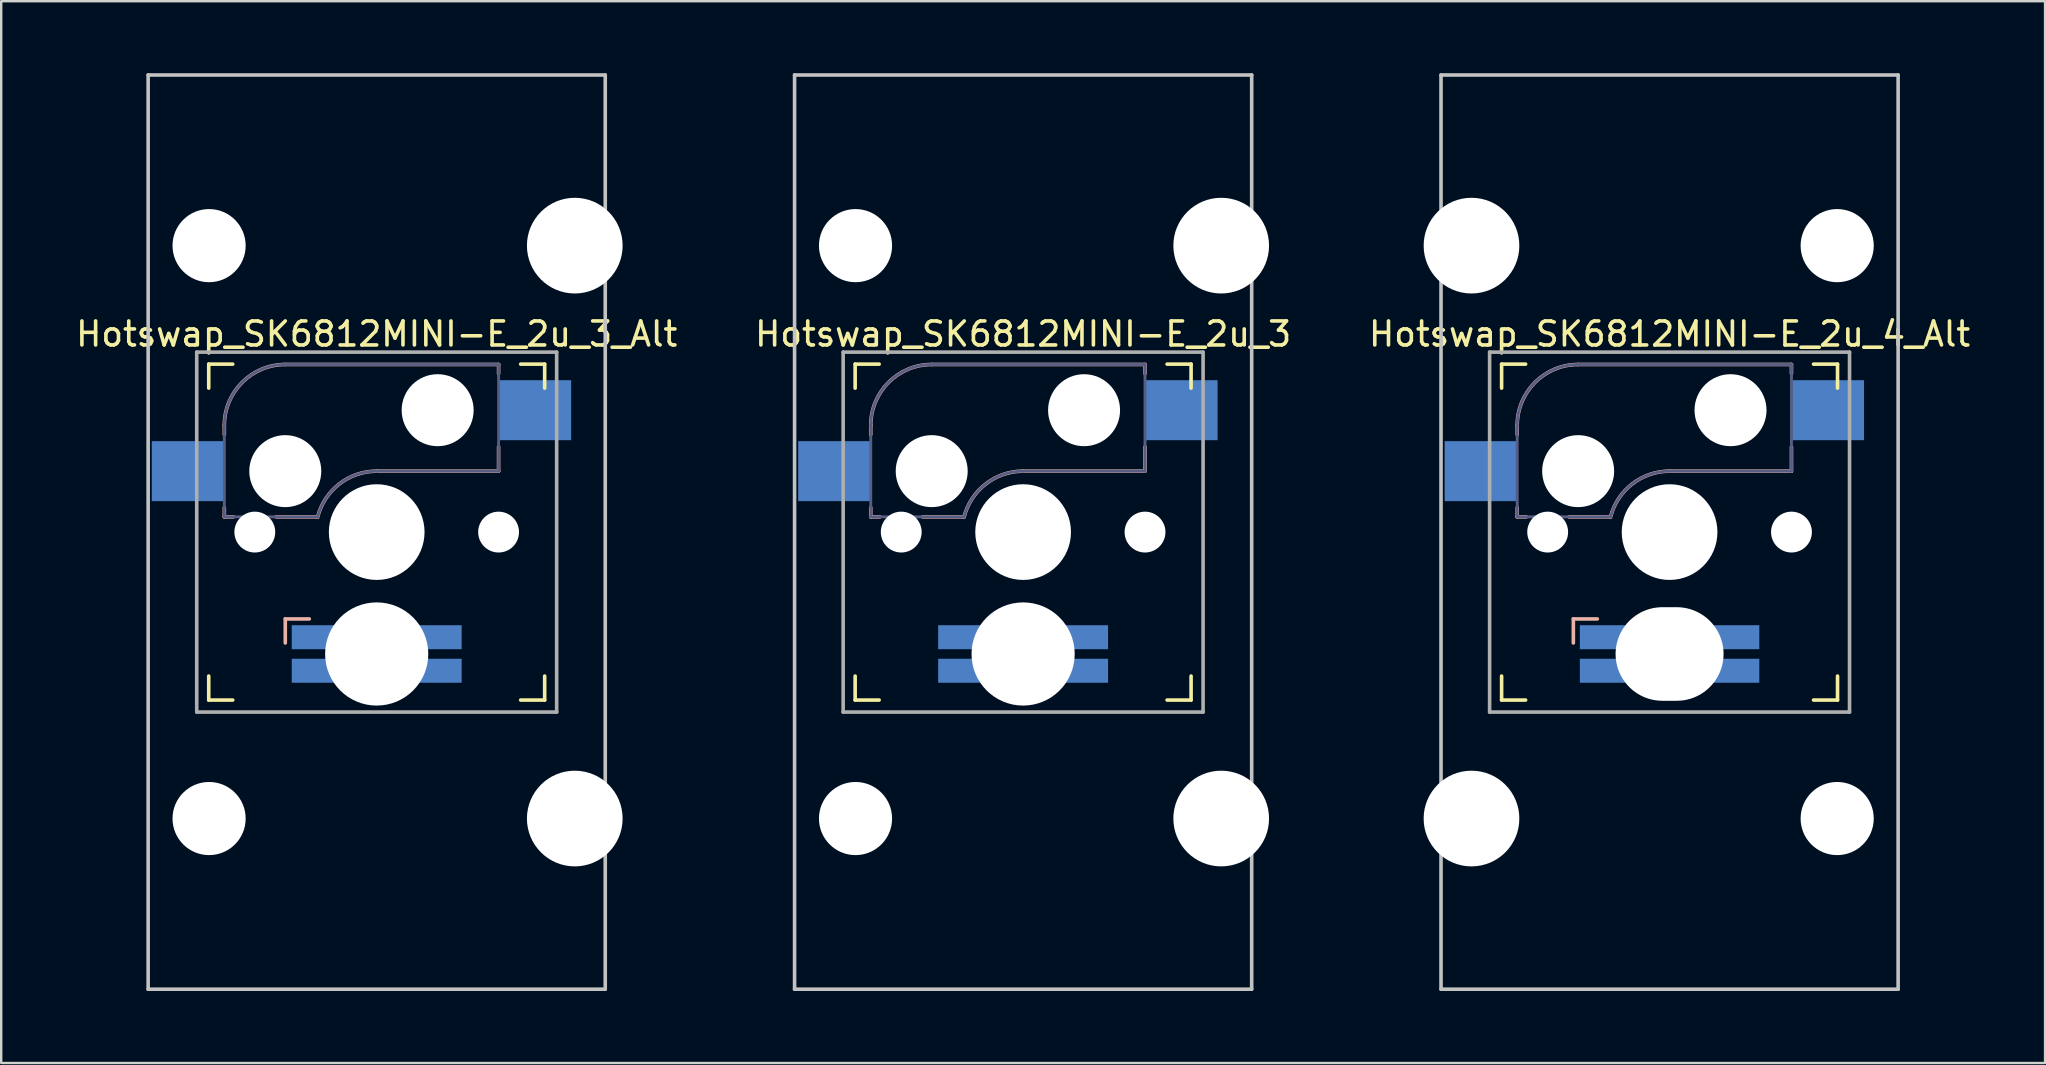
<source format=kicad_pcb>
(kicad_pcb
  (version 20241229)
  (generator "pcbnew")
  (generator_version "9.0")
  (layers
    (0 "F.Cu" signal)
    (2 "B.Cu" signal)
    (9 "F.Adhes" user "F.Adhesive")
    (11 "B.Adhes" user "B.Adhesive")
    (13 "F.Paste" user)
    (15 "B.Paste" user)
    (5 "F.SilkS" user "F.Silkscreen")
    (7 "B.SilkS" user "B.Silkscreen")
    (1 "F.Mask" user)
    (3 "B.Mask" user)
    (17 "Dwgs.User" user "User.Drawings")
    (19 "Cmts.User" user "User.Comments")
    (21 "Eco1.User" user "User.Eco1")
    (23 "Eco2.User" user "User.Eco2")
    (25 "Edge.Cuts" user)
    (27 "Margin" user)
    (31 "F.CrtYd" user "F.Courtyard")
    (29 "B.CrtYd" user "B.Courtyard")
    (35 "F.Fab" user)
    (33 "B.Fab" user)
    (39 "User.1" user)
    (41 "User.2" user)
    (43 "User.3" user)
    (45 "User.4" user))
  (footprint "Hotswap_SK6812MINI-E_2u_3_Alt"
    (layer "F.Cu")
    (at 12.649 19.125)
    (property "Reference" "Hotswap_SK6812MINI-E_2u_3_Alt" (at 0 -8.255 0) (layer "F.SilkS") (effects (font (size 1 1) (thickness 0.15))))
    (attr through_hole)
    (fp_line (start -7 -6) (end -7 -7) (stroke (width 0.15) (type solid)) (layer "F.SilkS"))
    (fp_line (start -7 7) (end -7 6) (stroke (width 0.15) (type solid)) (layer "F.SilkS"))
    (fp_line (start -7 7) (end -6 7) (stroke (width 0.15) (type solid)) (layer "F.SilkS"))
    (fp_line (start -6 -7) (end -7 -7) (stroke (width 0.15) (type solid)) (layer "F.SilkS"))
    (fp_line (start 6 7) (end 7 7) (stroke (width 0.15) (type solid)) (layer "F.SilkS"))
    (fp_line (start 7 -7) (end 6 -7) (stroke (width 0.15) (type solid)) (layer "F.SilkS"))
    (fp_line (start 7 -7) (end 7 -6) (stroke (width 0.15) (type solid)) (layer "F.SilkS"))
    (fp_line (start 7 6) (end 7 7) (stroke (width 0.15) (type solid)) (layer "F.SilkS"))
    (fp_line (start -6.35 -4.445) (end -6.35 -4.064) (stroke (width 0.15) (type solid)) (layer "B.SilkS"))
    (fp_line (start -6.35 -1.016) (end -6.35 -0.635) (stroke (width 0.15) (type solid)) (layer "B.SilkS"))
    (fp_line (start -6.35 -0.635) (end -5.969 -0.635) (stroke (width 0.15) (type solid)) (layer "B.SilkS"))
    (fp_line (start -4.191 -0.635) (end -2.54 -0.635) (stroke (width 0.15) (type solid)) (layer "B.SilkS"))
    (fp_line (start -3.81 4.62) (end -3.81 3.619) (stroke (width 0.15) (type solid)) (layer "B.SilkS"))
    (fp_line (start -2.81 3.619) (end -3.81 3.619) (stroke (width 0.15) (type solid)) (layer "B.SilkS"))
    (fp_line (start 0 -2.54) (end 5.08 -2.54) (stroke (width 0.15) (type solid)) (layer "B.SilkS"))
    (fp_line (start 5.08 -6.985) (end -3.81 -6.985) (stroke (width 0.15) (type solid)) (layer "B.SilkS"))
    (fp_line (start 5.08 -6.604) (end 5.08 -6.985) (stroke (width 0.15) (type solid)) (layer "B.SilkS"))
    (fp_line (start 5.08 -2.54) (end 5.08 -3.556) (stroke (width 0.15) (type solid)) (layer "B.SilkS"))
    (fp_arc (start -6.35 -4.445) (mid -5.606051 -6.241051) (end -3.81 -6.985) (stroke (width 0.15) (type solid)) (layer "B.SilkS"))
    (fp_arc (start -2.464162 -0.61604) (mid -1.563147 -2.002042) (end 0 -2.54) (stroke (width 0.15) (type solid)) (layer "B.SilkS"))
    (fp_line (start -9.525 -19.05) (end 9.525 -19.05) (stroke (width 0.15) (type solid)) (layer "Dwgs.User"))
    (fp_line (start -9.525 19.05) (end -9.525 -19.05) (stroke (width 0.15) (type solid)) (layer "Dwgs.User"))
    (fp_line (start 9.525 19.05) (end -9.525 19.05) (stroke (width 0.15) (type solid)) (layer "Dwgs.User"))
    (fp_line (start 9.525 19.05) (end 9.525 -19.05) (stroke (width 0.15) (type solid)) (layer "Dwgs.User"))
    (fp_line (start -6.9 6.9) (end -6.9 -6.9) (stroke (width 0.15) (type solid)) (layer "Eco2.User"))
    (fp_line (start -6.9 6.9) (end 6.9 6.9) (stroke (width 0.15) (type solid)) (layer "Eco2.User"))
    (fp_line (start -5.334 -13.589) (end -5.334 -10.287) (stroke (width 0.152) (type solid)) (layer "Eco2.User"))
    (fp_line (start -5.334 -10.287) (end 6.096 -10.287) (stroke (width 0.152) (type solid)) (layer "Eco2.User"))
    (fp_line (start -5.334 10.287) (end -5.334 13.589) (stroke (width 0.152) (type solid)) (layer "Eco2.User"))
    (fp_line (start -5.334 13.589) (end 6.096 13.589) (stroke (width 0.152) (type solid)) (layer "Eco2.User"))
    (fp_line (start 6.096 -13.589) (end -5.334 -13.589) (stroke (width 0.152) (type solid)) (layer "Eco2.User"))
    (fp_line (start 6.096 -10.287) (end 6.096 -13.589) (stroke (width 0.152) (type solid)) (layer "Eco2.User"))
    (fp_line (start 6.096 10.287) (end -5.334 10.287) (stroke (width 0.152) (type solid)) (layer "Eco2.User"))
    (fp_line (start 6.096 13.589) (end 6.096 10.287) (stroke (width 0.152) (type solid)) (layer "Eco2.User"))
    (fp_line (start 6.9 -6.9) (end -6.9 -6.9) (stroke (width 0.15) (type solid)) (layer "Eco2.User"))
    (fp_line (start 6.9 -6.9) (end 6.9 6.9) (stroke (width 0.15) (type solid)) (layer "Eco2.User"))
    (fp_line (start -6.35 -4.445) (end -6.35 -0.635) (stroke (width 0.12) (type solid)) (layer "B.Fab"))
    (fp_line (start -6.35 -0.635) (end -2.54 -0.635) (stroke (width 0.12) (type solid)) (layer "B.Fab"))
    (fp_line (start 0 -2.54) (end 5.08 -2.54) (stroke (width 0.12) (type solid)) (layer "B.Fab"))
    (fp_line (start 5.08 -6.985) (end -3.81 -6.985) (stroke (width 0.12) (type solid)) (layer "B.Fab"))
    (fp_line (start 5.08 -2.54) (end 5.08 -6.985) (stroke (width 0.12) (type solid)) (layer "B.Fab"))
    (fp_arc (start -6.35 -4.445) (mid -5.606051 -6.241051) (end -3.81 -6.985) (stroke (width 0.12) (type solid)) (layer "B.Fab"))
    (fp_arc (start -2.464162 -0.61604) (mid -1.563147 -2.002042) (end 0 -2.54) (stroke (width 0.12) (type solid)) (layer "B.Fab"))
    (fp_line (start -7.5 -7.5) (end 7.5 -7.5) (stroke (width 0.15) (type solid)) (layer "F.Fab"))
    (fp_line (start -7.5 7.5) (end -7.5 -7.5) (stroke (width 0.15) (type solid)) (layer "F.Fab"))
    (fp_line (start 7.5 -7.5) (end 7.5 7.5) (stroke (width 0.15) (type solid)) (layer "F.Fab"))
    (fp_line (start 7.5 7.5) (end -7.5 7.5) (stroke (width 0.15) (type solid)) (layer "F.Fab"))
    (pad "" np_thru_hole circle (at -6.985 -11.938 90) (size 3.048 3.048) (drill 3.048) (layers "*.Cu" "*.Mask"))
    (pad "" np_thru_hole circle (at -6.985 11.938 90) (size 3.048 3.048) (drill 3.048) (layers "*.Cu" "*.Mask"))
    (pad "" np_thru_hole circle (at -5.08 0 180) (size 1.702 1.702) (drill 1.702) (layers "*.Cu" "*.Mask"))
    (pad "" np_thru_hole circle (at -3.81 -2.54 180) (size 3 3) (drill 3) (layers "*.Cu" "*.Mask"))
    (pad "" np_thru_hole circle (at 0 0 180) (size 3.988 3.988) (drill 3.988) (layers "*.Cu" "*.Mask"))
    (pad "" np_thru_hole circle (at 0 5.08 180) (size 4.3 4.3) (drill 4.3) (layers "*.Cu" "*.Mask"))
    (pad "" np_thru_hole circle (at 2.54 -5.08 180) (size 3 3) (drill 3) (layers "*.Cu" "*.Mask"))
    (pad "" np_thru_hole circle (at 5.08 0 180) (size 1.702 1.702) (drill 1.702) (layers "*.Cu" "*.Mask"))
    (pad "" np_thru_hole circle (at 8.255 -11.938 90) (size 3.988 3.988) (drill 3.988) (layers "*.Cu" "*.Mask"))
    (pad "" np_thru_hole circle (at 8.255 11.938 90) (size 3.988 3.988) (drill 3.988) (layers "*.Cu" "*.Mask"))
    (pad "1" smd rect (at -7.874 -2.54 180) (size 3 2.5) (layers "B.Cu" "B.Mask"))
    (pad "2" smd rect (at 6.604 -5.08 180) (size 3 2.5) (layers "B.Cu" "B.Mask"))
    (pad "DIN" smd rect (at -2.54 5.779 270) (size 1 2) (layers "B.Cu" "B.Mask"))
    (pad "DOUT" smd rect (at 2.54 4.381 270) (size 1 2) (layers "B.Cu" "B.Mask"))
    (pad "GND" smd rect (at -2.54 4.381 270) (size 1 2) (layers "B.Cu" "B.Mask"))
    (pad "VDD" smd rect (at 2.54 5.779 270) (size 1 2) (layers "B.Cu" "B.Mask")))
  (footprint "Hotswap_SK6812MINI-E_2u_4_Alt"
    (layer "F.Cu")
    (at 66.53 19.125)
    (property "Reference" "Hotswap_SK6812MINI-E_2u_4_Alt" (at 0 -8.255 0) (layer "F.SilkS") (effects (font (size 1 1) (thickness 0.15))))
    (attr through_hole)
    (fp_line (start -7 -6) (end -7 -7) (stroke (width 0.15) (type solid)) (layer "F.SilkS"))
    (fp_line (start -7 7) (end -7 6) (stroke (width 0.15) (type solid)) (layer "F.SilkS"))
    (fp_line (start -7 7) (end -6 7) (stroke (width 0.15) (type solid)) (layer "F.SilkS"))
    (fp_line (start -6 -7) (end -7 -7) (stroke (width 0.15) (type solid)) (layer "F.SilkS"))
    (fp_line (start 6 7) (end 7 7) (stroke (width 0.15) (type solid)) (layer "F.SilkS"))
    (fp_line (start 7 -7) (end 6 -7) (stroke (width 0.15) (type solid)) (layer "F.SilkS"))
    (fp_line (start 7 -7) (end 7 -6) (stroke (width 0.15) (type solid)) (layer "F.SilkS"))
    (fp_line (start 7 6) (end 7 7) (stroke (width 0.15) (type solid)) (layer "F.SilkS"))
    (fp_line (start -6.35 -4.445) (end -6.35 -4.064) (stroke (width 0.15) (type solid)) (layer "B.SilkS"))
    (fp_line (start -6.35 -1.016) (end -6.35 -0.635) (stroke (width 0.15) (type solid)) (layer "B.SilkS"))
    (fp_line (start -6.35 -0.635) (end -5.969 -0.635) (stroke (width 0.15) (type solid)) (layer "B.SilkS"))
    (fp_line (start -4.191 -0.635) (end -2.54 -0.635) (stroke (width 0.15) (type solid)) (layer "B.SilkS"))
    (fp_line (start -4.01 4.62) (end -4.01 3.619) (stroke (width 0.15) (type solid)) (layer "B.SilkS"))
    (fp_line (start -3.01 3.619) (end -4.01 3.619) (stroke (width 0.15) (type solid)) (layer "B.SilkS"))
    (fp_line (start 0 -2.54) (end 5.08 -2.54) (stroke (width 0.15) (type solid)) (layer "B.SilkS"))
    (fp_line (start 5.08 -6.985) (end -3.81 -6.985) (stroke (width 0.15) (type solid)) (layer "B.SilkS"))
    (fp_line (start 5.08 -6.604) (end 5.08 -6.985) (stroke (width 0.15) (type solid)) (layer "B.SilkS"))
    (fp_line (start 5.08 -2.54) (end 5.08 -3.556) (stroke (width 0.15) (type solid)) (layer "B.SilkS"))
    (fp_arc (start -6.35 -4.445) (mid -5.606051 -6.241051) (end -3.81 -6.985) (stroke (width 0.15) (type solid)) (layer "B.SilkS"))
    (fp_arc (start -2.464162 -0.61604) (mid -1.563147 -2.002042) (end 0 -2.54) (stroke (width 0.15) (type solid)) (layer "B.SilkS"))
    (fp_line (start -9.525 -19.05) (end 9.525 -19.05) (stroke (width 0.15) (type solid)) (layer "Dwgs.User"))
    (fp_line (start -9.525 19.05) (end -9.525 -19.05) (stroke (width 0.15) (type solid)) (layer "Dwgs.User"))
    (fp_line (start 9.525 -19.05) (end 9.525 19.05) (stroke (width 0.15) (type solid)) (layer "Dwgs.User"))
    (fp_line (start 9.525 19.05) (end -9.525 19.05) (stroke (width 0.15) (type solid)) (layer "Dwgs.User"))
    (fp_line (start -6.9 6.9) (end -6.9 -6.9) (stroke (width 0.15) (type solid)) (layer "Eco2.User"))
    (fp_line (start -6.9 6.9) (end 6.9 6.9) (stroke (width 0.15) (type solid)) (layer "Eco2.User"))
    (fp_line (start -6.096 -13.589) (end -6.096 -10.287) (stroke (width 0.152) (type solid)) (layer "Eco2.User"))
    (fp_line (start -6.096 -10.287) (end 5.334 -10.287) (stroke (width 0.152) (type solid)) (layer "Eco2.User"))
    (fp_line (start -6.096 10.287) (end -6.096 13.589) (stroke (width 0.152) (type solid)) (layer "Eco2.User"))
    (fp_line (start -6.096 13.589) (end 5.334 13.589) (stroke (width 0.152) (type solid)) (layer "Eco2.User"))
    (fp_line (start 5.334 -13.589) (end -6.096 -13.589) (stroke (width 0.152) (type solid)) (layer "Eco2.User"))
    (fp_line (start 5.334 -10.287) (end 5.334 -13.589) (stroke (width 0.152) (type solid)) (layer "Eco2.User"))
    (fp_line (start 5.334 10.287) (end -6.096 10.287) (stroke (width 0.152) (type solid)) (layer "Eco2.User"))
    (fp_line (start 5.334 13.589) (end 5.334 10.287) (stroke (width 0.152) (type solid)) (layer "Eco2.User"))
    (fp_line (start 6.9 -6.9) (end -6.9 -6.9) (stroke (width 0.15) (type solid)) (layer "Eco2.User"))
    (fp_line (start 6.9 -6.9) (end 6.9 6.9) (stroke (width 0.15) (type solid)) (layer "Eco2.User"))
    (fp_line (start -6.35 -4.445) (end -6.35 -0.635) (stroke (width 0.12) (type solid)) (layer "B.Fab"))
    (fp_line (start -6.35 -0.635) (end -2.54 -0.635) (stroke (width 0.12) (type solid)) (layer "B.Fab"))
    (fp_line (start 0 -2.54) (end 5.08 -2.54) (stroke (width 0.12) (type solid)) (layer "B.Fab"))
    (fp_line (start 5.08 -6.985) (end -3.81 -6.985) (stroke (width 0.12) (type solid)) (layer "B.Fab"))
    (fp_line (start 5.08 -2.54) (end 5.08 -6.985) (stroke (width 0.12) (type solid)) (layer "B.Fab"))
    (fp_arc (start -6.35 -4.445) (mid -5.606051 -6.241051) (end -3.81 -6.985) (stroke (width 0.12) (type solid)) (layer "B.Fab"))
    (fp_arc (start -2.464162 -0.61604) (mid -1.563147 -2.002042) (end 0 -2.54) (stroke (width 0.12) (type solid)) (layer "B.Fab"))
    (fp_line (start -7.5 -7.5) (end 7.5 -7.5) (stroke (width 0.15) (type solid)) (layer "F.Fab"))
    (fp_line (start -7.5 7.5) (end -7.5 -7.5) (stroke (width 0.15) (type solid)) (layer "F.Fab"))
    (fp_line (start 7.5 -7.5) (end 7.5 7.5) (stroke (width 0.15) (type solid)) (layer "F.Fab"))
    (fp_line (start 7.5 7.5) (end -7.5 7.5) (stroke (width 0.15) (type solid)) (layer "F.Fab"))
    (pad "" np_thru_hole circle (at -8.255 -11.938 270) (size 3.988 3.988) (drill 3.988) (layers "*.Cu" "*.Mask"))
    (pad "" np_thru_hole circle (at -8.255 11.938 270) (size 3.988 3.988) (drill 3.988) (layers "*.Cu" "*.Mask"))
    (pad "" np_thru_hole circle (at -5.08 0 180) (size 1.702 1.702) (drill 1.702) (layers "*.Cu" "*.Mask"))
    (pad "" np_thru_hole circle (at -3.81 -2.54 180) (size 3 3) (drill 3) (layers "*.Cu" "*.Mask"))
    (pad "" np_thru_hole circle (at 0 0 180) (size 3.988 3.988) (drill 3.988) (layers "*.Cu" "*.Mask"))
    (pad "" np_thru_hole oval (at 0 5.08 180) (size 4.5 3.9) (drill oval 4.5 3.9) (layers "*.Cu" "*.Mask"))
    (pad "" np_thru_hole circle (at 2.54 -5.08 180) (size 3 3) (drill 3) (layers "*.Cu" "*.Mask"))
    (pad "" np_thru_hole circle (at 5.08 0 180) (size 1.702 1.702) (drill 1.702) (layers "*.Cu" "*.Mask"))
    (pad "" np_thru_hole circle (at 6.985 -11.938 270) (size 3.048 3.048) (drill 3.048) (layers "*.Cu" "*.Mask"))
    (pad "" np_thru_hole circle (at 6.985 11.938 270) (size 3.048 3.048) (drill 3.048) (layers "*.Cu" "*.Mask"))
    (pad "1" smd rect (at -7.874 -2.54 180) (size 3 2.5) (layers "B.Cu" "B.Mask"))
    (pad "2" smd rect (at 6.604 -5.08 180) (size 3 2.5) (layers "B.Cu" "B.Mask"))
    (pad "DIN" smd rect (at -2.74 5.779 270) (size 1 2) (layers "B.Cu" "B.Mask"))
    (pad "DOUT" smd rect (at 2.74 4.381 270) (size 1 2) (layers "B.Cu" "B.Mask"))
    (pad "GND" smd rect (at -2.74 4.381 270) (size 1 2) (layers "B.Cu" "B.Mask"))
    (pad "VDD" smd rect (at 2.74 5.779 270) (size 1 2) (layers "B.Cu" "B.Mask")))
  (footprint "Hotswap_SK6812MINI-E_2u_3"
    (layer "F.Cu")
    (at 39.589 19.125)
    (property "Reference" "Hotswap_SK6812MINI-E_2u_3" (at 0 -8.255 0) (layer "F.SilkS") (effects (font (size 1 1) (thickness 0.15))))
    (attr through_hole)
    (fp_line (start -7 -6) (end -7 -7) (stroke (width 0.15) (type solid)) (layer "F.SilkS"))
    (fp_line (start -7 7) (end -7 6) (stroke (width 0.15) (type solid)) (layer "F.SilkS"))
    (fp_line (start -7 7) (end -6 7) (stroke (width 0.15) (type solid)) (layer "F.SilkS"))
    (fp_line (start -6 -7) (end -7 -7) (stroke (width 0.15) (type solid)) (layer "F.SilkS"))
    (fp_line (start 6 7) (end 7 7) (stroke (width 0.15) (type solid)) (layer "F.SilkS"))
    (fp_line (start 7 -7) (end 6 -7) (stroke (width 0.15) (type solid)) (layer "F.SilkS"))
    (fp_line (start 7 -7) (end 7 -6) (stroke (width 0.15) (type solid)) (layer "F.SilkS"))
    (fp_line (start 7 6) (end 7 7) (stroke (width 0.15) (type solid)) (layer "F.SilkS"))
    (fp_line (start -6.35 -4.445) (end -6.35 -4.064) (stroke (width 0.15) (type solid)) (layer "B.SilkS"))
    (fp_line (start -6.35 -1.016) (end -6.35 -0.635) (stroke (width 0.15) (type solid)) (layer "B.SilkS"))
    (fp_line (start -6.35 -0.635) (end -5.969 -0.635) (stroke (width 0.15) (type solid)) (layer "B.SilkS"))
    (fp_line (start -4.191 -0.635) (end -2.54 -0.635) (stroke (width 0.15) (type solid)) (layer "B.SilkS"))
    (fp_line (start 0 -2.54) (end 5.08 -2.54) (stroke (width 0.15) (type solid)) (layer "B.SilkS"))
    (fp_line (start 5.08 -6.985) (end -3.81 -6.985) (stroke (width 0.15) (type solid)) (layer "B.SilkS"))
    (fp_line (start 5.08 -6.604) (end 5.08 -6.985) (stroke (width 0.15) (type solid)) (layer "B.SilkS"))
    (fp_line (start 5.08 -2.54) (end 5.08 -3.556) (stroke (width 0.15) (type solid)) (layer "B.SilkS"))
    (fp_arc (start -6.35 -4.445) (mid -5.606051 -6.241051) (end -3.81 -6.985) (stroke (width 0.15) (type solid)) (layer "B.SilkS"))
    (fp_arc (start -2.464162 -0.61604) (mid -1.563147 -2.002042) (end 0 -2.54) (stroke (width 0.15) (type solid)) (layer "B.SilkS"))
    (fp_line (start -9.525 -19.05) (end 9.525 -19.05) (stroke (width 0.15) (type solid)) (layer "Dwgs.User"))
    (fp_line (start -9.525 19.05) (end -9.525 -19.05) (stroke (width 0.15) (type solid)) (layer "Dwgs.User"))
    (fp_line (start 9.525 19.05) (end -9.525 19.05) (stroke (width 0.15) (type solid)) (layer "Dwgs.User"))
    (fp_line (start 9.525 19.05) (end 9.525 -19.05) (stroke (width 0.15) (type solid)) (layer "Dwgs.User"))
    (fp_line (start -6.9 6.9) (end -6.9 -6.9) (stroke (width 0.15) (type solid)) (layer "Eco2.User"))
    (fp_line (start -6.9 6.9) (end 6.9 6.9) (stroke (width 0.15) (type solid)) (layer "Eco2.User"))
    (fp_line (start -5.334 -13.589) (end -5.334 -10.287) (stroke (width 0.152) (type solid)) (layer "Eco2.User"))
    (fp_line (start -5.334 -10.287) (end 6.096 -10.287) (stroke (width 0.152) (type solid)) (layer "Eco2.User"))
    (fp_line (start -5.334 10.287) (end -5.334 13.589) (stroke (width 0.152) (type solid)) (layer "Eco2.User"))
    (fp_line (start -5.334 13.589) (end 6.096 13.589) (stroke (width 0.152) (type solid)) (layer "Eco2.User"))
    (fp_line (start 6.096 -13.589) (end -5.334 -13.589) (stroke (width 0.152) (type solid)) (layer "Eco2.User"))
    (fp_line (start 6.096 -10.287) (end 6.096 -13.589) (stroke (width 0.152) (type solid)) (layer "Eco2.User"))
    (fp_line (start 6.096 10.287) (end -5.334 10.287) (stroke (width 0.152) (type solid)) (layer "Eco2.User"))
    (fp_line (start 6.096 13.589) (end 6.096 10.287) (stroke (width 0.152) (type solid)) (layer "Eco2.User"))
    (fp_line (start 6.9 -6.9) (end -6.9 -6.9) (stroke (width 0.15) (type solid)) (layer "Eco2.User"))
    (fp_line (start 6.9 -6.9) (end 6.9 6.9) (stroke (width 0.15) (type solid)) (layer "Eco2.User"))
    (fp_line (start -6.35 -4.445) (end -6.35 -0.635) (stroke (width 0.12) (type solid)) (layer "B.Fab"))
    (fp_line (start -6.35 -0.635) (end -2.54 -0.635) (stroke (width 0.12) (type solid)) (layer "B.Fab"))
    (fp_line (start 0 -2.54) (end 5.08 -2.54) (stroke (width 0.12) (type solid)) (layer "B.Fab"))
    (fp_line (start 5.08 -6.985) (end -3.81 -6.985) (stroke (width 0.12) (type solid)) (layer "B.Fab"))
    (fp_line (start 5.08 -2.54) (end 5.08 -6.985) (stroke (width 0.12) (type solid)) (layer "B.Fab"))
    (fp_arc (start -6.35 -4.445) (mid -5.606051 -6.241051) (end -3.81 -6.985) (stroke (width 0.12) (type solid)) (layer "B.Fab"))
    (fp_arc (start -2.464162 -0.61604) (mid -1.563147 -2.002042) (end 0 -2.54) (stroke (width 0.12) (type solid)) (layer "B.Fab"))
    (fp_line (start -7.5 -7.5) (end 7.5 -7.5) (stroke (width 0.15) (type solid)) (layer "F.Fab"))
    (fp_line (start -7.5 7.5) (end -7.5 -7.5) (stroke (width 0.15) (type solid)) (layer "F.Fab"))
    (fp_line (start 7.5 -7.5) (end 7.5 7.5) (stroke (width 0.15) (type solid)) (layer "F.Fab"))
    (fp_line (start 7.5 7.5) (end -7.5 7.5) (stroke (width 0.15) (type solid)) (layer "F.Fab"))
    (pad "" np_thru_hole circle (at -6.985 -11.938 90) (size 3.048 3.048) (drill 3.048) (layers "*.Cu" "*.Mask"))
    (pad "" np_thru_hole circle (at -6.985 11.938 90) (size 3.048 3.048) (drill 3.048) (layers "*.Cu" "*.Mask"))
    (pad "" np_thru_hole circle (at -5.08 0 180) (size 1.702 1.702) (drill 1.702) (layers "*.Cu" "*.Mask"))
    (pad "" np_thru_hole circle (at -3.81 -2.54 180) (size 3 3) (drill 3) (layers "*.Cu" "*.Mask"))
    (pad "" np_thru_hole circle (at 0 0 180) (size 3.988 3.988) (drill 3.988) (layers "*.Cu" "*.Mask"))
    (pad "" np_thru_hole circle (at 0 5.08 180) (size 4.3 4.3) (drill 4.3) (layers "*.Cu" "*.Mask"))
    (pad "" np_thru_hole circle (at 2.54 -5.08 180) (size 3 3) (drill 3) (layers "*.Cu" "*.Mask"))
    (pad "" np_thru_hole circle (at 5.08 0 180) (size 1.702 1.702) (drill 1.702) (layers "*.Cu" "*.Mask"))
    (pad "" np_thru_hole circle (at 8.255 -11.938 90) (size 3.988 3.988) (drill 3.988) (layers "*.Cu" "*.Mask"))
    (pad "" np_thru_hole circle (at 8.255 11.938 90) (size 3.988 3.988) (drill 3.988) (layers "*.Cu" "*.Mask"))
    (pad "1" smd rect (at -7.874 -2.54 180) (size 3 2.5) (layers "B.Cu" "B.Mask"))
    (pad "2" smd rect (at 6.604 -5.08 180) (size 3 2.5) (layers "B.Cu" "B.Mask"))
    (pad "DIN" smd rect (at -2.54 5.779 270) (size 1 2) (layers "B.Cu" "B.Mask"))
    (pad "DOUT" smd rect (at 2.54 4.381 270) (size 1 2) (layers "B.Cu" "B.Mask"))
    (pad "GND" smd rect (at -2.54 4.381 270) (size 1 2) (layers "B.Cu" "B.Mask"))
    (pad "VDD" smd rect (at 2.54 5.779 270) (size 1 2) (layers "B.Cu" "B.Mask")))
  (gr_rect
    (start -3 -3)
    (end 82.179 41.25)
    (stroke (width 0.1) (type default))
    (fill no)
    (layer "Edge.Cuts")))
</source>
